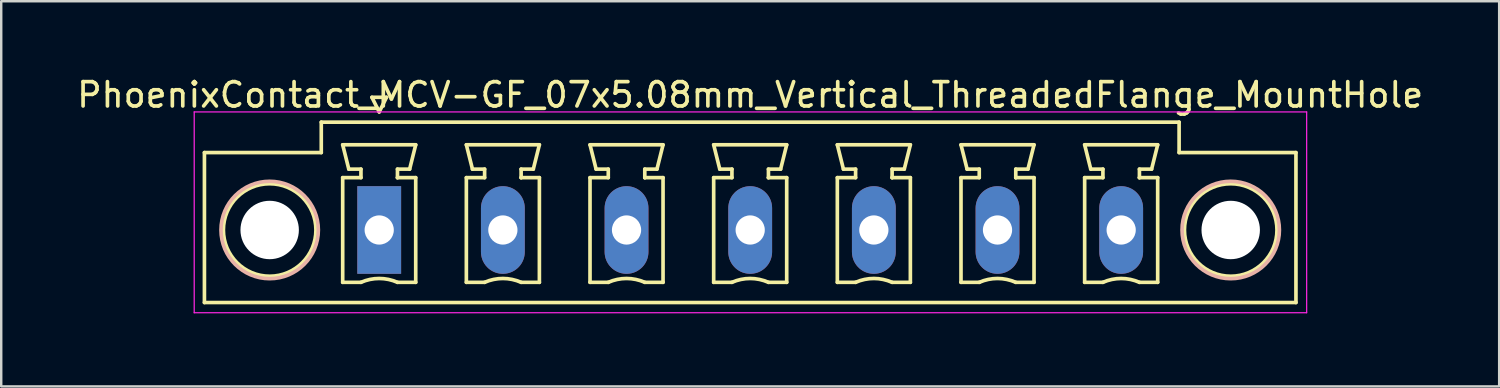
<source format=kicad_pcb>
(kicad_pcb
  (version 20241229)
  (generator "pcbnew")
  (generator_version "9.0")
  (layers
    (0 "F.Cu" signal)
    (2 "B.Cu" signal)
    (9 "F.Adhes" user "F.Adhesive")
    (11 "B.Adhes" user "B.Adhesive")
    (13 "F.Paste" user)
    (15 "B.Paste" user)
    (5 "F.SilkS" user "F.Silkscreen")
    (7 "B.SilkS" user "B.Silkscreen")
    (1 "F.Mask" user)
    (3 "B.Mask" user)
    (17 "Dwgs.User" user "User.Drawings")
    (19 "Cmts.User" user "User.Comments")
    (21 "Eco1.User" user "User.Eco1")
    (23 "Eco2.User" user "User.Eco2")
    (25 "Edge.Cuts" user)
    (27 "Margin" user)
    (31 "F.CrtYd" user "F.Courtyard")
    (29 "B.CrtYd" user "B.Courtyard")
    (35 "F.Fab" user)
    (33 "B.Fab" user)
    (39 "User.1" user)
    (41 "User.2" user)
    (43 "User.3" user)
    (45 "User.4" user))
  (footprint "PhoenixContact_MCV-GF_07x5.08mm_Vertical_ThreadedFlange_MountHole"
    (layer "F.Cu")
    (at 12.528 6.398)
    (property "Reference" "PhoenixContact_MCV-GF_07x5.08mm_Vertical_ThreadedFlange_MountHole" (at 15.24 -5.55 0) (layer "F.SilkS") (effects (font (size 1 1) (thickness 0.15))))
    (attr through_hole)
    (fp_line (start -7.18 -3.18) (end -7.18 2.98) (stroke (width 0.15) (type solid)) (layer "F.SilkS"))
    (fp_line (start -7.18 2.98) (end 37.66 2.98) (stroke (width 0.15) (type solid)) (layer "F.SilkS"))
    (fp_line (start -2.38 -4.43) (end -2.38 -3.18) (stroke (width 0.15) (type solid)) (layer "F.SilkS"))
    (fp_line (start -2.38 -3.18) (end -7.18 -3.18) (stroke (width 0.15) (type solid)) (layer "F.SilkS"))
    (fp_line (start -1.5 -3.5) (end 1.5 -3.5) (stroke (width 0.15) (type solid)) (layer "F.SilkS"))
    (fp_line (start -1.5 -2.15) (end -0.75 -2.15) (stroke (width 0.15) (type solid)) (layer "F.SilkS"))
    (fp_line (start -1.5 2.15) (end -1.5 -2.15) (stroke (width 0.15) (type solid)) (layer "F.SilkS"))
    (fp_line (start -1.25 -2.5) (end -1.5 -3.5) (stroke (width 0.15) (type solid)) (layer "F.SilkS"))
    (fp_line (start -0.75 -2.5) (end -1.25 -2.5) (stroke (width 0.15) (type solid)) (layer "F.SilkS"))
    (fp_line (start -0.75 -2.15) (end -0.75 -2.5) (stroke (width 0.15) (type solid)) (layer "F.SilkS"))
    (fp_line (start -0.75 2.15) (end -1.5 2.15) (stroke (width 0.15) (type solid)) (layer "F.SilkS"))
    (fp_line (start -0.3 -5.45) (end 0 -4.85) (stroke (width 0.15) (type solid)) (layer "F.SilkS"))
    (fp_line (start 0 -4.85) (end 0.3 -5.45) (stroke (width 0.15) (type solid)) (layer "F.SilkS"))
    (fp_line (start 0.3 -5.45) (end -0.3 -5.45) (stroke (width 0.15) (type solid)) (layer "F.SilkS"))
    (fp_line (start 0.75 -2.5) (end 0.75 -2.15) (stroke (width 0.15) (type solid)) (layer "F.SilkS"))
    (fp_line (start 0.75 -2.15) (end 0.75 -2.15) (stroke (width 0.15) (type solid)) (layer "F.SilkS"))
    (fp_line (start 0.75 -2.15) (end 1.5 -2.15) (stroke (width 0.15) (type solid)) (layer "F.SilkS"))
    (fp_line (start 1.25 -2.5) (end 0.75 -2.5) (stroke (width 0.15) (type solid)) (layer "F.SilkS"))
    (fp_line (start 1.5 -3.5) (end 1.25 -2.5) (stroke (width 0.15) (type solid)) (layer "F.SilkS"))
    (fp_line (start 1.5 -2.15) (end 1.5 2.15) (stroke (width 0.15) (type solid)) (layer "F.SilkS"))
    (fp_line (start 1.5 2.15) (end 0.75 2.15) (stroke (width 0.15) (type solid)) (layer "F.SilkS"))
    (fp_line (start 3.58 -3.5) (end 6.58 -3.5) (stroke (width 0.15) (type solid)) (layer "F.SilkS"))
    (fp_line (start 3.58 -2.15) (end 4.33 -2.15) (stroke (width 0.15) (type solid)) (layer "F.SilkS"))
    (fp_line (start 3.58 2.15) (end 3.58 -2.15) (stroke (width 0.15) (type solid)) (layer "F.SilkS"))
    (fp_line (start 3.83 -2.5) (end 3.58 -3.5) (stroke (width 0.15) (type solid)) (layer "F.SilkS"))
    (fp_line (start 4.33 -2.5) (end 3.83 -2.5) (stroke (width 0.15) (type solid)) (layer "F.SilkS"))
    (fp_line (start 4.33 -2.15) (end 4.33 -2.5) (stroke (width 0.15) (type solid)) (layer "F.SilkS"))
    (fp_line (start 4.33 2.15) (end 3.58 2.15) (stroke (width 0.15) (type solid)) (layer "F.SilkS"))
    (fp_line (start 5.83 -2.5) (end 5.83 -2.15) (stroke (width 0.15) (type solid)) (layer "F.SilkS"))
    (fp_line (start 5.83 -2.15) (end 5.83 -2.15) (stroke (width 0.15) (type solid)) (layer "F.SilkS"))
    (fp_line (start 5.83 -2.15) (end 6.58 -2.15) (stroke (width 0.15) (type solid)) (layer "F.SilkS"))
    (fp_line (start 6.33 -2.5) (end 5.83 -2.5) (stroke (width 0.15) (type solid)) (layer "F.SilkS"))
    (fp_line (start 6.58 -3.5) (end 6.33 -2.5) (stroke (width 0.15) (type solid)) (layer "F.SilkS"))
    (fp_line (start 6.58 -2.15) (end 6.58 2.15) (stroke (width 0.15) (type solid)) (layer "F.SilkS"))
    (fp_line (start 6.58 2.15) (end 5.83 2.15) (stroke (width 0.15) (type solid)) (layer "F.SilkS"))
    (fp_line (start 8.66 -3.5) (end 11.66 -3.5) (stroke (width 0.15) (type solid)) (layer "F.SilkS"))
    (fp_line (start 8.66 -2.15) (end 9.41 -2.15) (stroke (width 0.15) (type solid)) (layer "F.SilkS"))
    (fp_line (start 8.66 2.15) (end 8.66 -2.15) (stroke (width 0.15) (type solid)) (layer "F.SilkS"))
    (fp_line (start 8.91 -2.5) (end 8.66 -3.5) (stroke (width 0.15) (type solid)) (layer "F.SilkS"))
    (fp_line (start 9.41 -2.5) (end 8.91 -2.5) (stroke (width 0.15) (type solid)) (layer "F.SilkS"))
    (fp_line (start 9.41 -2.15) (end 9.41 -2.5) (stroke (width 0.15) (type solid)) (layer "F.SilkS"))
    (fp_line (start 9.41 2.15) (end 8.66 2.15) (stroke (width 0.15) (type solid)) (layer "F.SilkS"))
    (fp_line (start 10.91 -2.5) (end 10.91 -2.15) (stroke (width 0.15) (type solid)) (layer "F.SilkS"))
    (fp_line (start 10.91 -2.15) (end 10.91 -2.15) (stroke (width 0.15) (type solid)) (layer "F.SilkS"))
    (fp_line (start 10.91 -2.15) (end 11.66 -2.15) (stroke (width 0.15) (type solid)) (layer "F.SilkS"))
    (fp_line (start 11.41 -2.5) (end 10.91 -2.5) (stroke (width 0.15) (type solid)) (layer "F.SilkS"))
    (fp_line (start 11.66 -3.5) (end 11.41 -2.5) (stroke (width 0.15) (type solid)) (layer "F.SilkS"))
    (fp_line (start 11.66 -2.15) (end 11.66 2.15) (stroke (width 0.15) (type solid)) (layer "F.SilkS"))
    (fp_line (start 11.66 2.15) (end 10.91 2.15) (stroke (width 0.15) (type solid)) (layer "F.SilkS"))
    (fp_line (start 13.74 -3.5) (end 16.74 -3.5) (stroke (width 0.15) (type solid)) (layer "F.SilkS"))
    (fp_line (start 13.74 -2.15) (end 14.49 -2.15) (stroke (width 0.15) (type solid)) (layer "F.SilkS"))
    (fp_line (start 13.74 2.15) (end 13.74 -2.15) (stroke (width 0.15) (type solid)) (layer "F.SilkS"))
    (fp_line (start 13.99 -2.5) (end 13.74 -3.5) (stroke (width 0.15) (type solid)) (layer "F.SilkS"))
    (fp_line (start 14.49 -2.5) (end 13.99 -2.5) (stroke (width 0.15) (type solid)) (layer "F.SilkS"))
    (fp_line (start 14.49 -2.15) (end 14.49 -2.5) (stroke (width 0.15) (type solid)) (layer "F.SilkS"))
    (fp_line (start 14.49 2.15) (end 13.74 2.15) (stroke (width 0.15) (type solid)) (layer "F.SilkS"))
    (fp_line (start 15.99 -2.5) (end 15.99 -2.15) (stroke (width 0.15) (type solid)) (layer "F.SilkS"))
    (fp_line (start 15.99 -2.15) (end 15.99 -2.15) (stroke (width 0.15) (type solid)) (layer "F.SilkS"))
    (fp_line (start 15.99 -2.15) (end 16.74 -2.15) (stroke (width 0.15) (type solid)) (layer "F.SilkS"))
    (fp_line (start 16.49 -2.5) (end 15.99 -2.5) (stroke (width 0.15) (type solid)) (layer "F.SilkS"))
    (fp_line (start 16.74 -3.5) (end 16.49 -2.5) (stroke (width 0.15) (type solid)) (layer "F.SilkS"))
    (fp_line (start 16.74 -2.15) (end 16.74 2.15) (stroke (width 0.15) (type solid)) (layer "F.SilkS"))
    (fp_line (start 16.74 2.15) (end 15.99 2.15) (stroke (width 0.15) (type solid)) (layer "F.SilkS"))
    (fp_line (start 18.82 -3.5) (end 21.82 -3.5) (stroke (width 0.15) (type solid)) (layer "F.SilkS"))
    (fp_line (start 18.82 -2.15) (end 19.57 -2.15) (stroke (width 0.15) (type solid)) (layer "F.SilkS"))
    (fp_line (start 18.82 2.15) (end 18.82 -2.15) (stroke (width 0.15) (type solid)) (layer "F.SilkS"))
    (fp_line (start 19.07 -2.5) (end 18.82 -3.5) (stroke (width 0.15) (type solid)) (layer "F.SilkS"))
    (fp_line (start 19.57 -2.5) (end 19.07 -2.5) (stroke (width 0.15) (type solid)) (layer "F.SilkS"))
    (fp_line (start 19.57 -2.15) (end 19.57 -2.5) (stroke (width 0.15) (type solid)) (layer "F.SilkS"))
    (fp_line (start 19.57 2.15) (end 18.82 2.15) (stroke (width 0.15) (type solid)) (layer "F.SilkS"))
    (fp_line (start 21.07 -2.5) (end 21.07 -2.15) (stroke (width 0.15) (type solid)) (layer "F.SilkS"))
    (fp_line (start 21.07 -2.15) (end 21.07 -2.15) (stroke (width 0.15) (type solid)) (layer "F.SilkS"))
    (fp_line (start 21.07 -2.15) (end 21.82 -2.15) (stroke (width 0.15) (type solid)) (layer "F.SilkS"))
    (fp_line (start 21.57 -2.5) (end 21.07 -2.5) (stroke (width 0.15) (type solid)) (layer "F.SilkS"))
    (fp_line (start 21.82 -3.5) (end 21.57 -2.5) (stroke (width 0.15) (type solid)) (layer "F.SilkS"))
    (fp_line (start 21.82 -2.15) (end 21.82 2.15) (stroke (width 0.15) (type solid)) (layer "F.SilkS"))
    (fp_line (start 21.82 2.15) (end 21.07 2.15) (stroke (width 0.15) (type solid)) (layer "F.SilkS"))
    (fp_line (start 23.9 -3.5) (end 26.9 -3.5) (stroke (width 0.15) (type solid)) (layer "F.SilkS"))
    (fp_line (start 23.9 -2.15) (end 24.65 -2.15) (stroke (width 0.15) (type solid)) (layer "F.SilkS"))
    (fp_line (start 23.9 2.15) (end 23.9 -2.15) (stroke (width 0.15) (type solid)) (layer "F.SilkS"))
    (fp_line (start 24.15 -2.5) (end 23.9 -3.5) (stroke (width 0.15) (type solid)) (layer "F.SilkS"))
    (fp_line (start 24.65 -2.5) (end 24.15 -2.5) (stroke (width 0.15) (type solid)) (layer "F.SilkS"))
    (fp_line (start 24.65 -2.15) (end 24.65 -2.5) (stroke (width 0.15) (type solid)) (layer "F.SilkS"))
    (fp_line (start 24.65 2.15) (end 23.9 2.15) (stroke (width 0.15) (type solid)) (layer "F.SilkS"))
    (fp_line (start 26.15 -2.5) (end 26.15 -2.15) (stroke (width 0.15) (type solid)) (layer "F.SilkS"))
    (fp_line (start 26.15 -2.15) (end 26.15 -2.15) (stroke (width 0.15) (type solid)) (layer "F.SilkS"))
    (fp_line (start 26.15 -2.15) (end 26.9 -2.15) (stroke (width 0.15) (type solid)) (layer "F.SilkS"))
    (fp_line (start 26.65 -2.5) (end 26.15 -2.5) (stroke (width 0.15) (type solid)) (layer "F.SilkS"))
    (fp_line (start 26.9 -3.5) (end 26.65 -2.5) (stroke (width 0.15) (type solid)) (layer "F.SilkS"))
    (fp_line (start 26.9 -2.15) (end 26.9 2.15) (stroke (width 0.15) (type solid)) (layer "F.SilkS"))
    (fp_line (start 26.9 2.15) (end 26.15 2.15) (stroke (width 0.15) (type solid)) (layer "F.SilkS"))
    (fp_line (start 28.98 -3.5) (end 31.98 -3.5) (stroke (width 0.15) (type solid)) (layer "F.SilkS"))
    (fp_line (start 28.98 -2.15) (end 29.73 -2.15) (stroke (width 0.15) (type solid)) (layer "F.SilkS"))
    (fp_line (start 28.98 2.15) (end 28.98 -2.15) (stroke (width 0.15) (type solid)) (layer "F.SilkS"))
    (fp_line (start 29.23 -2.5) (end 28.98 -3.5) (stroke (width 0.15) (type solid)) (layer "F.SilkS"))
    (fp_line (start 29.73 -2.5) (end 29.23 -2.5) (stroke (width 0.15) (type solid)) (layer "F.SilkS"))
    (fp_line (start 29.73 -2.15) (end 29.73 -2.5) (stroke (width 0.15) (type solid)) (layer "F.SilkS"))
    (fp_line (start 29.73 2.15) (end 28.98 2.15) (stroke (width 0.15) (type solid)) (layer "F.SilkS"))
    (fp_line (start 31.23 -2.5) (end 31.23 -2.15) (stroke (width 0.15) (type solid)) (layer "F.SilkS"))
    (fp_line (start 31.23 -2.15) (end 31.23 -2.15) (stroke (width 0.15) (type solid)) (layer "F.SilkS"))
    (fp_line (start 31.23 -2.15) (end 31.98 -2.15) (stroke (width 0.15) (type solid)) (layer "F.SilkS"))
    (fp_line (start 31.73 -2.5) (end 31.23 -2.5) (stroke (width 0.15) (type solid)) (layer "F.SilkS"))
    (fp_line (start 31.98 -3.5) (end 31.73 -2.5) (stroke (width 0.15) (type solid)) (layer "F.SilkS"))
    (fp_line (start 31.98 -2.15) (end 31.98 2.15) (stroke (width 0.15) (type solid)) (layer "F.SilkS"))
    (fp_line (start 31.98 2.15) (end 31.23 2.15) (stroke (width 0.15) (type solid)) (layer "F.SilkS"))
    (fp_line (start 32.86 -4.43) (end -2.38 -4.43) (stroke (width 0.15) (type solid)) (layer "F.SilkS"))
    (fp_line (start 32.86 -3.18) (end 32.86 -4.43) (stroke (width 0.15) (type solid)) (layer "F.SilkS"))
    (fp_line (start 37.66 -3.18) (end 32.86 -3.18) (stroke (width 0.15) (type solid)) (layer "F.SilkS"))
    (fp_line (start 37.66 2.98) (end 37.66 -3.18) (stroke (width 0.15) (type solid)) (layer "F.SilkS"))
    (fp_arc (start -0.75 2.15) (mid -0.000193 1.99191) (end 0.749647 2.149844) (stroke (width 0.15) (type solid)) (layer "F.SilkS"))
    (fp_arc (start 4.33 2.15) (mid 5.079807 1.99191) (end 5.829647 2.149844) (stroke (width 0.15) (type solid)) (layer "F.SilkS"))
    (fp_arc (start 9.41 2.15) (mid 10.159807 1.99191) (end 10.909647 2.149844) (stroke (width 0.15) (type solid)) (layer "F.SilkS"))
    (fp_arc (start 14.49 2.15) (mid 15.239807 1.99191) (end 15.989647 2.149844) (stroke (width 0.15) (type solid)) (layer "F.SilkS"))
    (fp_arc (start 19.57 2.15) (mid 20.319807 1.99191) (end 21.069647 2.149844) (stroke (width 0.15) (type solid)) (layer "F.SilkS"))
    (fp_arc (start 24.65 2.15) (mid 25.399807 1.99191) (end 26.149647 2.149844) (stroke (width 0.15) (type solid)) (layer "F.SilkS"))
    (fp_arc (start 29.73 2.15) (mid 30.479807 1.99191) (end 31.229647 2.149844) (stroke (width 0.15) (type solid)) (layer "F.SilkS"))
    (fp_circle (center -4.5 0) (end -2.6 0) (stroke (width 0.15) (type solid)) (fill no) (layer "F.SilkS"))
    (fp_circle (center 34.98 0) (end 36.88 0) (stroke (width 0.15) (type solid)) (fill no) (layer "F.SilkS"))
    (fp_circle (center -4.5 0) (end -2.5 0) (stroke (width 0.15) (type solid)) (fill no) (layer "B.SilkS"))
    (fp_circle (center 34.98 0) (end 36.98 0) (stroke (width 0.15) (type solid)) (fill no) (layer "B.SilkS"))
    (fp_line (start -7.6 -4.85) (end -7.6 3.4) (stroke (width 0.05) (type solid)) (layer "F.CrtYd"))
    (fp_line (start -7.6 3.4) (end 38.1 3.4) (stroke (width 0.05) (type solid)) (layer "F.CrtYd"))
    (fp_line (start 38.1 -4.85) (end -7.6 -4.85) (stroke (width 0.05) (type solid)) (layer "F.CrtYd"))
    (fp_line (start 38.1 3.4) (end 38.1 -4.85) (stroke (width 0.05) (type solid)) (layer "F.CrtYd"))
    (pad "" np_thru_hole circle (at -4.5 0) (size 2.4 2.4) (drill 2.4) (layers "*.Cu" "*.Mask"))
    (pad "" np_thru_hole circle (at 34.98 0) (size 2.4 2.4) (drill 2.4) (layers "*.Cu" "*.Mask"))
    (pad "1" thru_hole rect (at 0 0) (size 1.8 3.6) (drill 1.2) (layers "*.Cu" "*.Mask"))
    (pad "2" thru_hole oval (at 5.08 0) (size 1.8 3.6) (drill 1.2) (layers "*.Cu" "*.Mask"))
    (pad "3" thru_hole oval (at 10.16 0) (size 1.8 3.6) (drill 1.2) (layers "*.Cu" "*.Mask"))
    (pad "4" thru_hole oval (at 15.24 0) (size 1.8 3.6) (drill 1.2) (layers "*.Cu" "*.Mask"))
    (pad "5" thru_hole oval (at 20.32 0) (size 1.8 3.6) (drill 1.2) (layers "*.Cu" "*.Mask"))
    (pad "6" thru_hole oval (at 25.4 0) (size 1.8 3.6) (drill 1.2) (layers "*.Cu" "*.Mask"))
    (pad "7" thru_hole oval (at 30.48 0) (size 1.8 3.6) (drill 1.2) (layers "*.Cu" "*.Mask")))
  (gr_rect
    (start -3 -3)
    (end 58.536 12.823)
    (stroke (width 0.1) (type default))
    (fill no)
    (layer "Edge.Cuts")))
</source>
